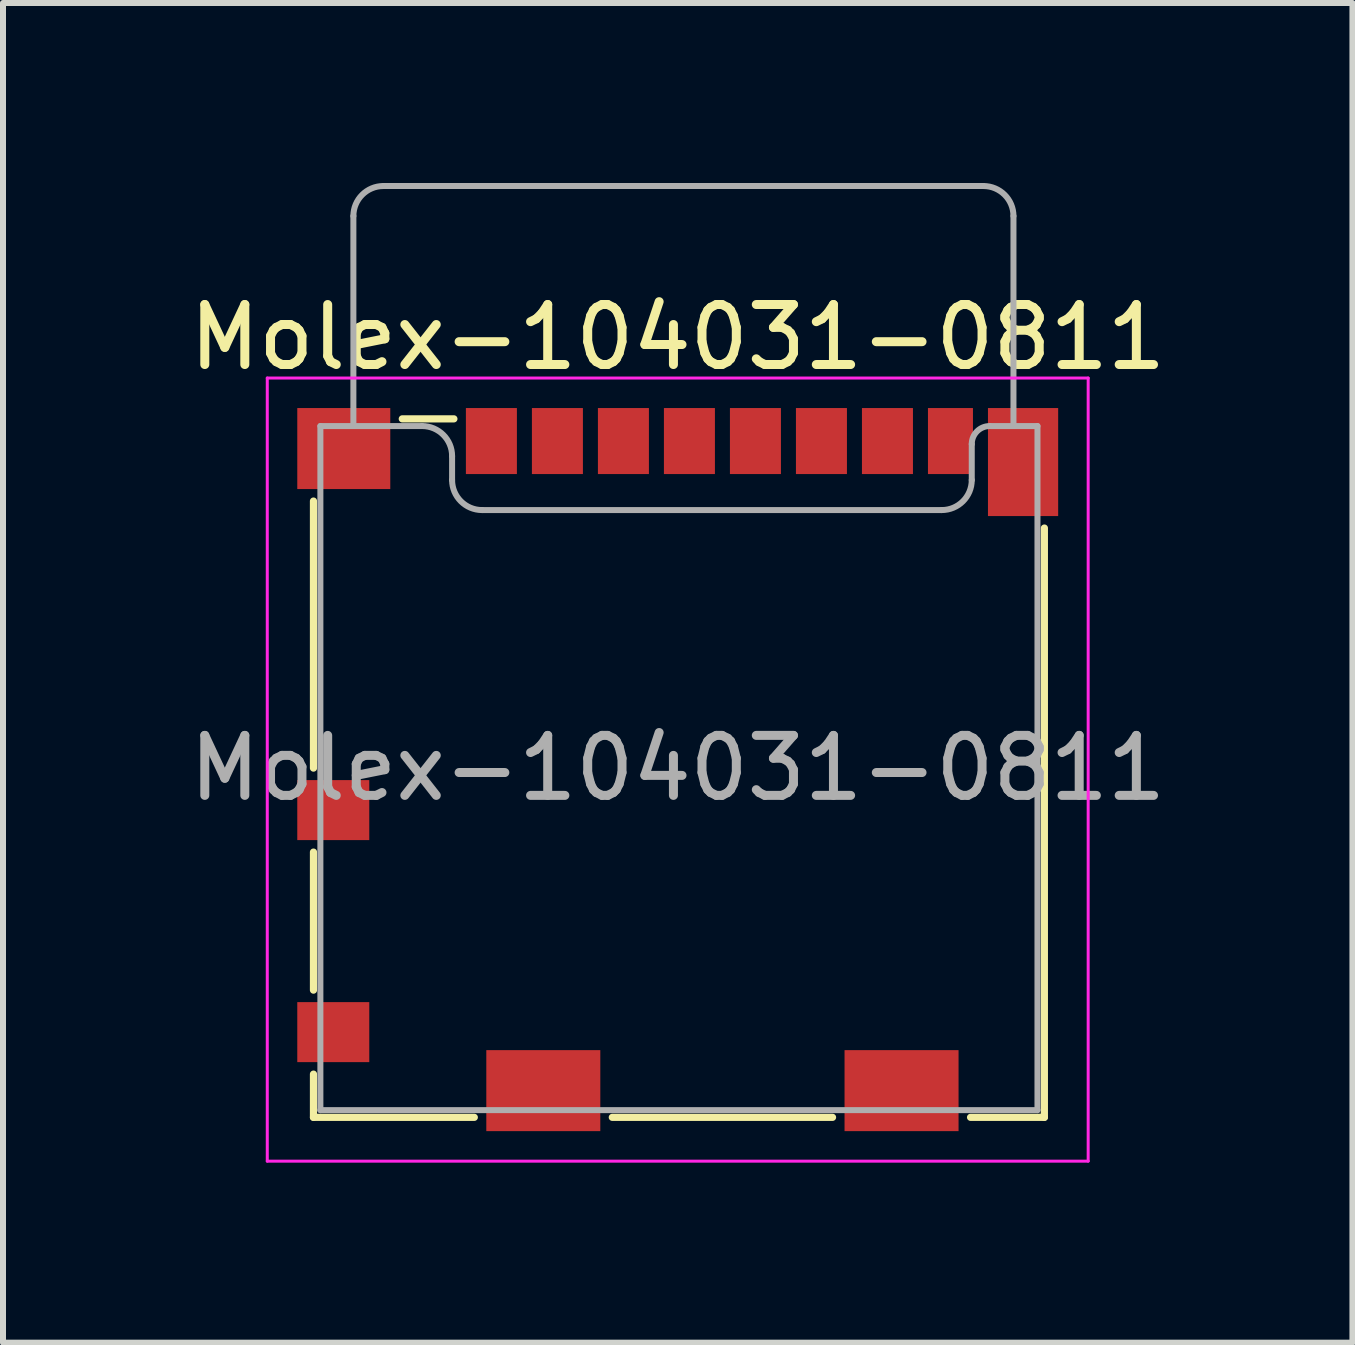
<source format=kicad_pcb>
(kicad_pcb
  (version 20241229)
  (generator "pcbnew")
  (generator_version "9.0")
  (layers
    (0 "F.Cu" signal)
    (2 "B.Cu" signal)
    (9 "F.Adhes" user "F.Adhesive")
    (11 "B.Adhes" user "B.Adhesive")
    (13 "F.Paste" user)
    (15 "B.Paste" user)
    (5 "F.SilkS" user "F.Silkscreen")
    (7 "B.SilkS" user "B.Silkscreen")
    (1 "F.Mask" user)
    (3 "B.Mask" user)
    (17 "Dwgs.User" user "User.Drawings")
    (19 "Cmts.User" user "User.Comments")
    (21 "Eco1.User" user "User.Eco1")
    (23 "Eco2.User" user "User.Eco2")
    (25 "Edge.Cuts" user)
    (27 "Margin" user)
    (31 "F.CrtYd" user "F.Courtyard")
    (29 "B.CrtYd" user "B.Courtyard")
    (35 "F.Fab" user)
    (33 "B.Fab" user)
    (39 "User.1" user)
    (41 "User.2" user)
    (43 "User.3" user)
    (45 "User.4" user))
  (footprint "Molex-104031-0811"
    (layer "F.Cu")
    (at 8.244 9.75)
    (property "Reference" "Molex-104031-0811" (at 0 -7.18 0) (layer "F.SilkS") (effects (font (size 1 1) (thickness 0.15))))
    (attr smd)
    (fp_line (start -6.07 -4.45) (end -6.07 0) (stroke (width 0.12) (type solid)) (layer "F.SilkS"))
    (fp_line (start -6.07 1.4) (end -6.07 3.7) (stroke (width 0.12) (type solid)) (layer "F.SilkS"))
    (fp_line (start -6.07 5.1) (end -6.07 5.82) (stroke (width 0.12) (type solid)) (layer "F.SilkS"))
    (fp_line (start -6.07 5.82) (end -3.39 5.82) (stroke (width 0.12) (type solid)) (layer "F.SilkS"))
    (fp_line (start -4.59 -5.82) (end -3.73 -5.82) (stroke (width 0.12) (type solid)) (layer "F.SilkS"))
    (fp_line (start -1.09 5.82) (end 2.58 5.82) (stroke (width 0.12) (type solid)) (layer "F.SilkS"))
    (fp_line (start 4.88 5.82) (end 6.11 5.82) (stroke (width 0.12) (type solid)) (layer "F.SilkS"))
    (fp_line (start 6.11 5.82) (end 6.11 -4) (stroke (width 0.12) (type solid)) (layer "F.SilkS"))
    (fp_line (start -6.84 -6.5) (end 6.84 -6.5) (stroke (width 0.05) (type solid)) (layer "F.CrtYd"))
    (fp_line (start -6.84 6.55) (end -6.84 -6.5) (stroke (width 0.05) (type solid)) (layer "F.CrtYd"))
    (fp_line (start 6.84 -6.5) (end 6.84 6.55) (stroke (width 0.05) (type solid)) (layer "F.CrtYd"))
    (fp_line (start 6.84 6.55) (end -6.84 6.55) (stroke (width 0.05) (type solid)) (layer "F.CrtYd"))
    (fp_line (start -5.955 -5.7) (end -5.955 5.7) (stroke (width 0.1) (type solid)) (layer "F.Fab"))
    (fp_line (start -5.955 -5.7) (end -4.26 -5.7) (stroke (width 0.1) (type solid)) (layer "F.Fab"))
    (fp_line (start -5.405 -9.2) (end -5.405 -5.7) (stroke (width 0.1) (type solid)) (layer "F.Fab"))
    (fp_line (start -4.905 -9.7) (end 5.095 -9.7) (stroke (width 0.1) (type solid)) (layer "F.Fab"))
    (fp_line (start -3.76 -4.8) (end -3.76 -5.2) (stroke (width 0.1) (type solid)) (layer "F.Fab"))
    (fp_line (start 4.4 -4.3) (end -3.26 -4.3) (stroke (width 0.1) (type solid)) (layer "F.Fab"))
    (fp_line (start 4.9 -5.4) (end 4.9 -4.8) (stroke (width 0.1) (type solid)) (layer "F.Fab"))
    (fp_line (start 5.595 -5.7) (end 5.595 -9.2) (stroke (width 0.1) (type solid)) (layer "F.Fab"))
    (fp_line (start 5.995 -5.7) (end 5.21 -5.7) (stroke (width 0.1) (type solid)) (layer "F.Fab"))
    (fp_line (start 5.995 5.7) (end -5.955 5.7) (stroke (width 0.1) (type solid)) (layer "F.Fab"))
    (fp_line (start 5.995 5.7) (end 5.995 -5.7) (stroke (width 0.1) (type solid)) (layer "F.Fab"))
    (fp_arc (start -5.405 -9.2) (mid -5.258553 -9.553553) (end -4.905 -9.7) (stroke (width 0.1) (type solid)) (layer "F.Fab"))
    (fp_arc (start -4.26 -5.7) (mid -3.906447 -5.553553) (end -3.76 -5.2) (stroke (width 0.1) (type solid)) (layer "F.Fab"))
    (fp_arc (start -3.26 -4.3) (mid -3.613553 -4.446447) (end -3.76 -4.8) (stroke (width 0.1) (type solid)) (layer "F.Fab"))
    (fp_arc (start 4.9 -5.4) (mid 4.987868 -5.612132) (end 5.2 -5.7) (stroke (width 0.1) (type solid)) (layer "F.Fab"))
    (fp_arc (start 4.9 -4.8) (mid 4.753553 -4.446447) (end 4.4 -4.3) (stroke (width 0.1) (type solid)) (layer "F.Fab"))
    (fp_arc (start 5.095 -9.7) (mid 5.448553 -9.553553) (end 5.595 -9.2) (stroke (width 0.1) (type solid)) (layer "F.Fab"))
    (fp_text user "${REFERENCE}" (at 0 0 0) (layer "F.Fab") (effects (font (size 1 1) (thickness 0.15))))
    (pad "1" smd rect (at -3.105 -5.45) (size 0.85 1.1) (layers "F.Cu" "F.Mask" "F.Paste"))
    (pad "2" smd rect (at -2.005 -5.45) (size 0.85 1.1) (layers "F.Cu" "F.Mask" "F.Paste"))
    (pad "3" smd rect (at -0.905 -5.45) (size 0.85 1.1) (layers "F.Cu" "F.Mask" "F.Paste"))
    (pad "4" smd rect (at 0.195 -5.45) (size 0.85 1.1) (layers "F.Cu" "F.Mask" "F.Paste"))
    (pad "5" smd rect (at 1.295 -5.45) (size 0.85 1.1) (layers "F.Cu" "F.Mask" "F.Paste"))
    (pad "6" smd rect (at 2.395 -5.45) (size 0.85 1.1) (layers "F.Cu" "F.Mask" "F.Paste"))
    (pad "7" smd rect (at 3.495 -5.45) (size 0.85 1.1) (layers "F.Cu" "F.Mask" "F.Paste"))
    (pad "8" smd rect (at 4.545 -5.45) (size 0.75 1.1) (layers "F.Cu" "F.Mask" "F.Paste"))
    (pad "9" smd rect (at -5.74 0.7) (size 1.2 1) (layers "F.Cu" "F.Mask" "F.Paste"))
    (pad "10" smd rect (at -5.74 4.4) (size 1.2 1) (layers "F.Cu" "F.Mask" "F.Paste"))
    (pad "11" smd rect (at -5.565 -5.325) (size 1.55 1.35) (layers "F.Cu" "F.Mask" "F.Paste"))
    (pad "11" smd rect (at -2.24 5.375) (size 1.9 1.35) (layers "F.Cu" "F.Mask" "F.Paste"))
    (pad "11" smd rect (at 3.73 5.375) (size 1.9 1.35) (layers "F.Cu" "F.Mask" "F.Paste"))
    (pad "11" smd rect (at 5.755 -5.1) (size 1.17 1.8) (layers "F.Cu" "F.Mask" "F.Paste")))
  (gr_rect
    (start -3 -3)
    (end 19.488 19.325)
    (stroke (width 0.1) (type default))
    (fill no)
    (layer "Edge.Cuts")))
</source>
